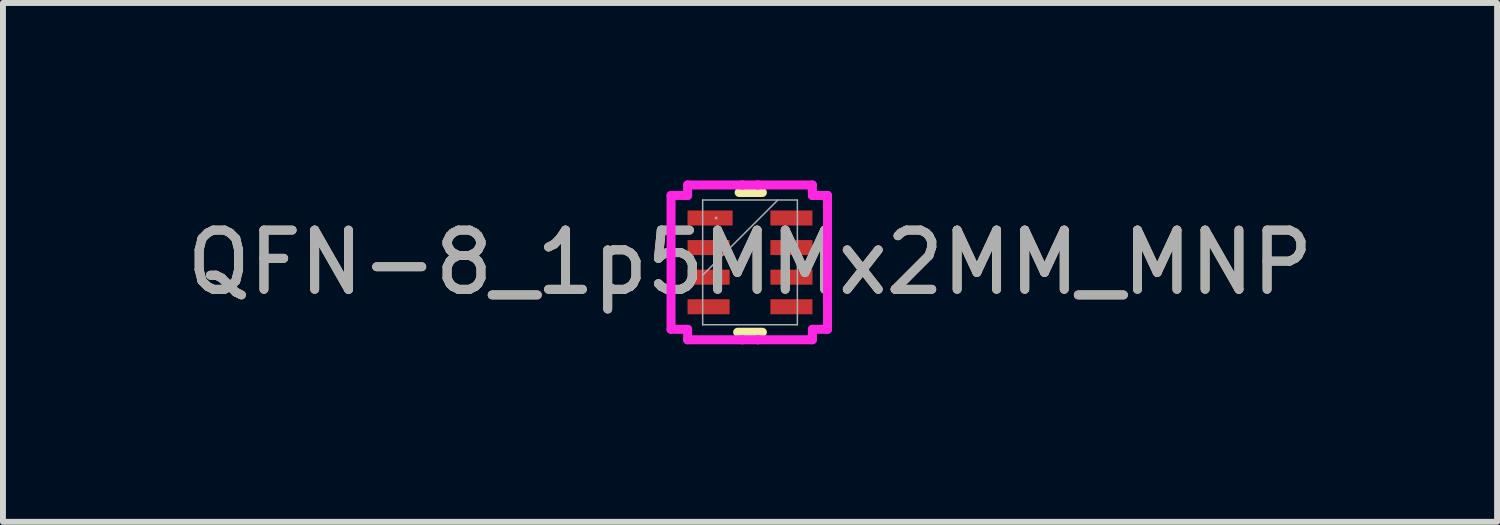
<source format=kicad_pcb>
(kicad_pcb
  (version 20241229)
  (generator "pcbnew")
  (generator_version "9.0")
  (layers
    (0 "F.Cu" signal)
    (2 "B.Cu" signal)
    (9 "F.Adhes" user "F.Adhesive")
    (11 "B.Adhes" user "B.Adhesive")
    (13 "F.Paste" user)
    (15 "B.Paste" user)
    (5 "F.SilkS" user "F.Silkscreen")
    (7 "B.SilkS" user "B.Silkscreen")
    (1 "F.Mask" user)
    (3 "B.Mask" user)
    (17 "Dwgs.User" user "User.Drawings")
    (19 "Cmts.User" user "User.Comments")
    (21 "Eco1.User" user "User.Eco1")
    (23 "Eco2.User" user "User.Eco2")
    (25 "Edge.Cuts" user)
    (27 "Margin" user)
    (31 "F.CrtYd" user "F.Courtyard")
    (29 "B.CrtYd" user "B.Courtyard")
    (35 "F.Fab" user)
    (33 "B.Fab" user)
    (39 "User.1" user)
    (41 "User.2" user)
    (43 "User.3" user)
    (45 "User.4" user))
  (footprint "QFN-8_1p5MMx2MM_MNP"
    (layer "F.Cu")
    (at 9.625 1.384)
    (property "Reference" "QFN-8_1p5MMx2MM_MNP" (at 0 0 0) (unlocked yes) (layer "F.SilkS") (effects (font (size 1 1) (thickness 0.15))))
    (attr smd)
    (fp_line (start -0.209 1.181) (end 0.209 1.181) (stroke (width 0.152) (type solid)) (layer "F.SilkS"))
    (fp_line (start 0.209 -1.181) (end -0.184 -1.181) (stroke (width 0.152) (type solid)) (layer "F.SilkS"))
    (fp_line (start -1.335 -1.131) (end -1.054 -1.131) (stroke (width 0.152) (type solid)) (layer "F.CrtYd"))
    (fp_line (start -1.335 1.131) (end -1.335 -1.131) (stroke (width 0.152) (type solid)) (layer "F.CrtYd"))
    (fp_line (start -1.054 -1.308) (end -0.131 -1.308) (stroke (width 0.152) (type solid)) (layer "F.CrtYd"))
    (fp_line (start -1.054 -1.131) (end -1.054 -1.308) (stroke (width 0.152) (type solid)) (layer "F.CrtYd"))
    (fp_line (start -1.054 1.131) (end -1.335 1.131) (stroke (width 0.152) (type solid)) (layer "F.CrtYd"))
    (fp_line (start -1.054 1.308) (end -1.054 1.131) (stroke (width 0.152) (type solid)) (layer "F.CrtYd"))
    (fp_line (start -0.131 -1.308) (end -0.131 -1.308) (stroke (width 0.152) (type solid)) (layer "F.CrtYd"))
    (fp_line (start -0.131 -1.308) (end 0.131 -1.308) (stroke (width 0.152) (type solid)) (layer "F.CrtYd"))
    (fp_line (start -0.131 1.308) (end -1.054 1.308) (stroke (width 0.152) (type solid)) (layer "F.CrtYd"))
    (fp_line (start -0.131 1.308) (end -0.131 1.308) (stroke (width 0.152) (type solid)) (layer "F.CrtYd"))
    (fp_line (start 0.131 -1.308) (end 0.131 -1.308) (stroke (width 0.152) (type solid)) (layer "F.CrtYd"))
    (fp_line (start 0.131 -1.308) (end 1.054 -1.308) (stroke (width 0.152) (type solid)) (layer "F.CrtYd"))
    (fp_line (start 0.131 1.308) (end -0.131 1.308) (stroke (width 0.152) (type solid)) (layer "F.CrtYd"))
    (fp_line (start 0.131 1.308) (end 0.131 1.308) (stroke (width 0.152) (type solid)) (layer "F.CrtYd"))
    (fp_line (start 1.054 -1.308) (end 1.054 -1.131) (stroke (width 0.152) (type solid)) (layer "F.CrtYd"))
    (fp_line (start 1.054 -1.131) (end 1.31 -1.131) (stroke (width 0.152) (type solid)) (layer "F.CrtYd"))
    (fp_line (start 1.054 1.131) (end 1.054 1.308) (stroke (width 0.152) (type solid)) (layer "F.CrtYd"))
    (fp_line (start 1.054 1.308) (end 0.131 1.308) (stroke (width 0.152) (type solid)) (layer "F.CrtYd"))
    (fp_line (start 1.31 -1.131) (end 1.31 1.131) (stroke (width 0.152) (type solid)) (layer "F.CrtYd"))
    (fp_line (start 1.31 1.131) (end 1.054 1.131) (stroke (width 0.152) (type solid)) (layer "F.CrtYd"))
    (fp_line (start -0.8 -1.054) (end -0.8 1.054) (stroke (width 0.025) (type solid)) (layer "F.Fab"))
    (fp_line (start -0.8 0.216) (end 0.47 -1.054) (stroke (width 0.025) (type solid)) (layer "F.Fab"))
    (fp_line (start -0.8 1.054) (end 0.8 1.054) (stroke (width 0.025) (type solid)) (layer "F.Fab"))
    (fp_line (start 0.8 -1.054) (end -0.8 -1.054) (stroke (width 0.025) (type solid)) (layer "F.Fab"))
    (fp_line (start 0.8 1.054) (end 0.8 -1.054) (stroke (width 0.025) (type solid)) (layer "F.Fab"))
    (fp_circle (center -0.573 -0.75) (end -0.573 -0.75) (stroke (width 0.025) (type solid)) (fill no) (layer "F.Fab"))
    (fp_text user "${REFERENCE}" (at 0 0 0) (unlocked yes) (layer "F.Fab") (effects (font (size 1 1) (thickness 0.15))))
    (pad "1" smd rect (at -0.675 -0.75) (size 0.762 0.254) (layers "F.Cu" "F.Mask" "F.Paste"))
    (pad "2" smd rect (at -0.7 -0.25) (size 0.711 0.254) (layers "F.Cu" "F.Mask" "F.Paste"))
    (pad "3" smd rect (at -0.7 0.25) (size 0.711 0.254) (layers "F.Cu" "F.Mask" "F.Paste"))
    (pad "4" smd rect (at -0.7 0.75) (size 0.711 0.254) (layers "F.Cu" "F.Mask" "F.Paste"))
    (pad "5" smd rect (at 0.7 0.75) (size 0.711 0.254) (layers "F.Cu" "F.Mask" "F.Paste"))
    (pad "6" smd rect (at 0.7 0.25) (size 0.711 0.254) (layers "F.Cu" "F.Mask" "F.Paste"))
    (pad "7" smd rect (at 0.7 -0.25) (size 0.711 0.254) (layers "F.Cu" "F.Mask" "F.Paste"))
    (pad "8" smd rect (at 0.7 -0.75) (size 0.711 0.254) (layers "F.Cu" "F.Mask" "F.Paste")))
  (gr_rect
    (start -3 -3)
    (end 22.25 5.769)
    (stroke (width 0.1) (type default))
    (fill no)
    (layer "Edge.Cuts")))
</source>
